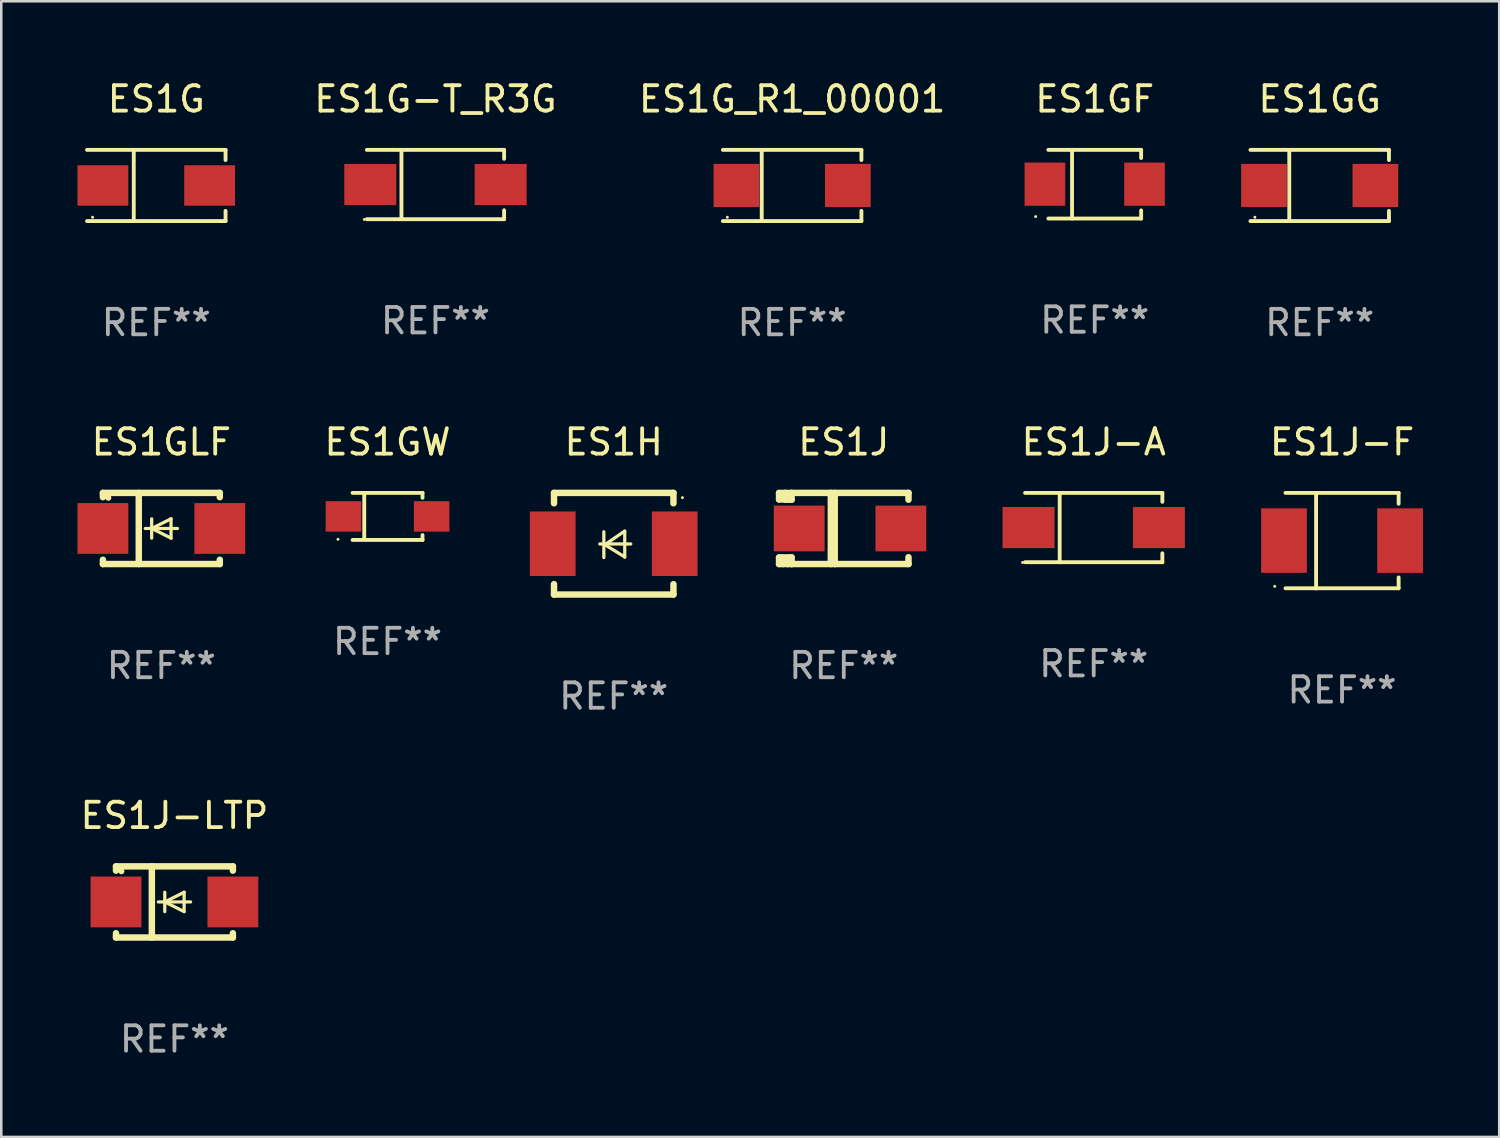
<source format=kicad_pcb>
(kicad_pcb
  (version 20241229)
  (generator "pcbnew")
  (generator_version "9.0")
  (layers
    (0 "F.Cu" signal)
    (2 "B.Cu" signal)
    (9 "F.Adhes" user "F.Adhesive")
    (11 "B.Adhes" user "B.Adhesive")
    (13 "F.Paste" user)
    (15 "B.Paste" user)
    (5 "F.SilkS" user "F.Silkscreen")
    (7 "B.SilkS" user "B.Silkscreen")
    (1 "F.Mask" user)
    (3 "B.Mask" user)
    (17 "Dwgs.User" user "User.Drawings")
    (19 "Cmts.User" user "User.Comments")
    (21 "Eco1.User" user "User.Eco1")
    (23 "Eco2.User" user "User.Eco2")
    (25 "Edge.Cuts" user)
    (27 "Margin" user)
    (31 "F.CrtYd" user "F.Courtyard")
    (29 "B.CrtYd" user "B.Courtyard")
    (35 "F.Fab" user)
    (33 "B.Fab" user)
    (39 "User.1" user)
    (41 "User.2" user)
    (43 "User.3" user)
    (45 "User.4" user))
  (footprint "ES1J-A"
    (layer "F.Cu")
    (at 39.991 17.711)
    (property "Reference" "ES1J-A" (at 0 -3.364 0) (layer "F.SilkS") (effects (font (size 1 1) (thickness 0.15))))
    (attr through_hole)
    (fp_line (start -2.701 -1.364) (end 2.701 -1.364) (stroke (width 0.152) (type solid)) (layer "F.SilkS"))
    (fp_line (start -2.701 1.364) (end 2.701 1.364) (stroke (width 0.152) (type solid)) (layer "F.SilkS"))
    (fp_line (start -1.339 -1.364) (end -1.339 1.364) (stroke (width 0.152) (type solid)) (layer "F.SilkS"))
    (fp_line (start 2.701 -1.364) (end 2.701 -1.013) (stroke (width 0.152) (type solid)) (layer "F.SilkS"))
    (fp_line (start 2.701 1.364) (end 2.701 1.013) (stroke (width 0.152) (type solid)) (layer "F.SilkS"))
    (fp_circle (center -2.8 1.375) (end -2.77 1.375) (stroke (width 0.06) (type solid)) (fill no) (layer "F.SilkS"))
    (fp_text user "REF**" (at 0 5.364 0) (layer "F.Fab") (effects (font (size 1 1) (thickness 0.15))))
    (pad "1" smd rect (at -2.565 -0.000025) (size 2.046 1.62) (layers "F.Cu" "F.Mask" "F.Paste"))
    (pad "2" smd rect (at 2.565 -0.000025) (size 2.046 1.62) (layers "F.Cu" "F.Mask" "F.Paste")))
  (footprint "ES1GLF"
    (layer "F.Cu")
    (at 3.3 17.747)
    (property "Reference" "ES1GLF" (at 0 -3.4 0) (layer "F.SilkS") (effects (font (size 1 1) (thickness 0.15))))
    (attr through_hole)
    (fp_line (start -2.3 -1.4) (end -2.3 -1.231) (stroke (width 0.254) (type solid)) (layer "F.SilkS"))
    (fp_line (start -2.3 -1.4) (end 2.3 -1.4) (stroke (width 0.254) (type solid)) (layer "F.SilkS"))
    (fp_line (start -2.3 1.231) (end -2.3 1.4) (stroke (width 0.254) (type solid)) (layer "F.SilkS"))
    (fp_line (start -2.3 1.4) (end 2.3 1.4) (stroke (width 0.254) (type solid)) (layer "F.SilkS"))
    (fp_line (start -0.889 1.4) (end -0.889 -1.4) (stroke (width 0.254) (type solid)) (layer "F.SilkS"))
    (fp_line (start -0.381 0) (end -0.381 -0.381) (stroke (width 0.127) (type solid)) (layer "F.SilkS"))
    (fp_line (start -0.381 0) (end -0.381 0.381) (stroke (width 0.127) (type solid)) (layer "F.SilkS"))
    (fp_line (start 0.381 -0.381) (end -0.381 0) (stroke (width 0.127) (type solid)) (layer "F.SilkS"))
    (fp_line (start 0.381 0) (end 0.381 -0.381) (stroke (width 0.127) (type solid)) (layer "F.SilkS"))
    (fp_line (start 0.381 0) (end 0.381 0.381) (stroke (width 0.127) (type solid)) (layer "F.SilkS"))
    (fp_line (start 0.381 0.381) (end -0.381 0) (stroke (width 0.127) (type solid)) (layer "F.SilkS"))
    (fp_line (start 0.635 0) (end -0.635 0) (stroke (width 0.127) (type solid)) (layer "F.SilkS"))
    (fp_line (start 2.3 -1.4) (end 2.3 -1.231) (stroke (width 0.254) (type solid)) (layer "F.SilkS"))
    (fp_line (start 2.3 1.231) (end 2.3 1.4) (stroke (width 0.254) (type solid)) (layer "F.SilkS"))
    (fp_circle (center -2.088 -1.208) (end -2.028 -1.208) (stroke (width 0.12) (type solid)) (fill no) (layer "F.SilkS"))
    (fp_text user "REF**" (at 0 5.4 0) (layer "F.Fab") (effects (font (size 1 1) (thickness 0.15))))
    (pad "1" smd rect (at -2.3 0 180) (size 2 2) (layers "F.Cu" "F.Mask" "F.Paste"))
    (pad "2" smd rect (at 2.3 0 180) (size 2 2) (layers "F.Cu" "F.Mask" "F.Paste")))
  (footprint "ES1GW"
    (layer "F.Cu")
    (at 12.201 17.273)
    (property "Reference" "ES1GW" (at 0 -2.926 0) (layer "F.SilkS") (effects (font (size 1 1) (thickness 0.15))))
    (attr through_hole)
    (fp_line (start -1.376 -0.926) (end 1.376 -0.926) (stroke (width 0.152) (type solid)) (layer "F.SilkS"))
    (fp_line (start -1.376 0.926) (end 1.376 0.926) (stroke (width 0.152) (type solid)) (layer "F.SilkS"))
    (fp_line (start -0.917 -0.876) (end -0.917 0.876) (stroke (width 0.152) (type solid)) (layer "F.SilkS"))
    (fp_line (start 1.376 -0.926) (end 1.376 -0.733) (stroke (width 0.152) (type solid)) (layer "F.SilkS"))
    (fp_line (start 1.376 0.926) (end 1.376 0.733) (stroke (width 0.152) (type solid)) (layer "F.SilkS"))
    (fp_circle (center -1.95 0.9) (end -1.92 0.9) (stroke (width 0.06) (type solid)) (fill no) (layer "F.SilkS"))
    (fp_text user "REF**" (at 0 4.926 0) (layer "F.Fab") (effects (font (size 1 1) (thickness 0.15))))
    (pad "1" smd rect (at -1.735 0) (size 1.4 1.2) (layers "F.Cu" "F.Mask" "F.Paste"))
    (pad "2" smd rect (at 1.735 0) (size 1.4 1.2) (layers "F.Cu" "F.Mask" "F.Paste")))
  (footprint "ES1J"
    (layer "F.Cu")
    (at 30.155 17.747)
    (property "Reference" "ES1J" (at 0 -3.4 0) (layer "F.SilkS") (effects (font (size 1 1) (thickness 0.15))))
    (attr through_hole)
    (fp_line (start -2.547 -1.397) (end -2.293 -1.397) (stroke (width 0.254) (type solid)) (layer "F.SilkS"))
    (fp_line (start -2.547 -1.143) (end -2.547 -1.397) (stroke (width 0.254) (type solid)) (layer "F.SilkS"))
    (fp_line (start -2.547 1.143) (end -2.053 1.143) (stroke (width 0.254) (type solid)) (layer "F.SilkS"))
    (fp_line (start -2.547 1.4) (end -2.547 1.143) (stroke (width 0.254) (type solid)) (layer "F.SilkS"))
    (fp_line (start -2.393 1.4) (end -2.393 1.143) (stroke (width 0.254) (type solid)) (layer "F.SilkS"))
    (fp_line (start -2.293 -1.397) (end -2.293 -1.143) (stroke (width 0.254) (type solid)) (layer "F.SilkS"))
    (fp_line (start -2.293 -1.397) (end -2.053 -1.397) (stroke (width 0.254) (type solid)) (layer "F.SilkS"))
    (fp_line (start -2.293 -1.143) (end -2.547 -1.143) (stroke (width 0.254) (type solid)) (layer "F.SilkS"))
    (fp_line (start -2.207 1.4) (end -2.207 1.143) (stroke (width 0.254) (type solid)) (layer "F.SilkS"))
    (fp_line (start -2.053 -1.4) (end -2.053 -1.131) (stroke (width 0.254) (type solid)) (layer "F.SilkS"))
    (fp_line (start -2.053 -1.4) (end 2.547 -1.4) (stroke (width 0.254) (type solid)) (layer "F.SilkS"))
    (fp_line (start -2.053 -1.131) (end -2.293 -1.131) (stroke (width 0.254) (type solid)) (layer "F.SilkS"))
    (fp_line (start -2.053 1.131) (end -2.053 1.4) (stroke (width 0.254) (type solid)) (layer "F.SilkS"))
    (fp_line (start -2.053 1.4) (end -2.547 1.4) (stroke (width 0.254) (type solid)) (layer "F.SilkS"))
    (fp_line (start -2.053 1.4) (end 2.547 1.4) (stroke (width 0.254) (type solid)) (layer "F.SilkS"))
    (fp_line (start -0.509 1.4) (end -0.509 -1.4) (stroke (width 0.254) (type solid)) (layer "F.SilkS"))
    (fp_line (start -0.356 -1.4) (end -0.356 1.4) (stroke (width 0.254) (type solid)) (layer "F.SilkS"))
    (fp_line (start 2.547 -1.4) (end 2.547 -1.131) (stroke (width 0.254) (type solid)) (layer "F.SilkS"))
    (fp_line (start 2.547 1.131) (end 2.547 1.4) (stroke (width 0.254) (type solid)) (layer "F.SilkS"))
    (fp_circle (center -2.219 1.358) (end -2.19 1.358) (stroke (width 0.06) (type solid)) (fill no) (layer "F.SilkS"))
    (fp_text user "REF**" (at 0 5.4 0) (layer "F.Fab") (effects (font (size 1 1) (thickness 0.15))))
    (pad "1" smd rect (at -1.753 0.000127) (size 2 1.8) (layers "F.Cu" "F.Mask" "F.Paste"))
    (pad "2" smd rect (at 2.247 0.000127) (size 2 1.8) (layers "F.Cu" "F.Mask" "F.Paste")))
  (footprint "ES1GG"
    (layer "F.Cu")
    (at 48.884 4.249)
    (property "Reference" "ES1GG" (at 0 -3.401 0) (layer "F.SilkS") (effects (font (size 1 1) (thickness 0.15))))
    (attr through_hole)
    (fp_line (start -2.726 -1.401) (end 2.726 -1.401) (stroke (width 0.152) (type solid)) (layer "F.SilkS"))
    (fp_line (start -2.726 1.401) (end 2.726 1.401) (stroke (width 0.152) (type solid)) (layer "F.SilkS"))
    (fp_line (start -1.197 -1.401) (end -1.197 1.401) (stroke (width 0.152) (type solid)) (layer "F.SilkS"))
    (fp_line (start 2.726 -1.401) (end 2.726 -1) (stroke (width 0.152) (type solid)) (layer "F.SilkS"))
    (fp_line (start 2.726 1.401) (end 2.726 1) (stroke (width 0.152) (type solid)) (layer "F.SilkS"))
    (fp_circle (center -2.55 1.25) (end -2.52 1.25) (stroke (width 0.06) (type solid)) (fill no) (layer "F.SilkS"))
    (fp_text user "REF**" (at 0 5.401 0) (layer "F.Fab") (effects (font (size 1 1) (thickness 0.15))))
    (pad "1" smd rect (at -2.192 0) (size 1.8 1.7) (layers "F.Cu" "F.Mask" "F.Paste"))
    (pad "2" smd rect (at 2.192 0) (size 1.8 1.7) (layers "F.Cu" "F.Mask" "F.Paste")))
  (footprint "ES1G-T_R3G"
    (layer "F.Cu")
    (at 14.087 4.212)
    (property "Reference" "ES1G-T_R3G" (at 0 -3.364 0) (layer "F.SilkS") (effects (font (size 1 1) (thickness 0.15))))
    (attr through_hole)
    (fp_line (start -2.701 -1.364) (end 2.701 -1.364) (stroke (width 0.152) (type solid)) (layer "F.SilkS"))
    (fp_line (start -2.701 1.364) (end 2.701 1.364) (stroke (width 0.152) (type solid)) (layer "F.SilkS"))
    (fp_line (start -1.339 -1.364) (end -1.339 1.364) (stroke (width 0.152) (type solid)) (layer "F.SilkS"))
    (fp_line (start 2.701 -1.364) (end 2.701 -1.013) (stroke (width 0.152) (type solid)) (layer "F.SilkS"))
    (fp_line (start 2.701 1.364) (end 2.701 1.013) (stroke (width 0.152) (type solid)) (layer "F.SilkS"))
    (fp_circle (center -2.8 1.375) (end -2.77 1.375) (stroke (width 0.06) (type solid)) (fill no) (layer "F.SilkS"))
    (fp_text user "REF**" (at 0 5.364 0) (layer "F.Fab") (effects (font (size 1 1) (thickness 0.15))))
    (pad "1" smd rect (at -2.565 -0.000025) (size 2.046 1.62) (layers "F.Cu" "F.Mask" "F.Paste"))
    (pad "2" smd rect (at 2.565 -0.000025) (size 2.046 1.62) (layers "F.Cu" "F.Mask" "F.Paste")))
  (footprint "ES1J-LTP"
    (layer "F.Cu")
    (at 3.815 32.444)
    (property "Reference" "ES1J-LTP" (at 0 -3.4 0) (layer "F.SilkS") (effects (font (size 1 1) (thickness 0.15))))
    (attr through_hole)
    (fp_line (start -2.3 -1.4) (end -2.3 -1.231) (stroke (width 0.254) (type solid)) (layer "F.SilkS"))
    (fp_line (start -2.3 -1.4) (end 2.3 -1.4) (stroke (width 0.254) (type solid)) (layer "F.SilkS"))
    (fp_line (start -2.3 1.231) (end -2.3 1.4) (stroke (width 0.254) (type solid)) (layer "F.SilkS"))
    (fp_line (start -2.3 1.4) (end 2.3 1.4) (stroke (width 0.254) (type solid)) (layer "F.SilkS"))
    (fp_line (start -0.889 1.4) (end -0.889 -1.4) (stroke (width 0.254) (type solid)) (layer "F.SilkS"))
    (fp_line (start -0.381 0) (end -0.381 -0.381) (stroke (width 0.127) (type solid)) (layer "F.SilkS"))
    (fp_line (start -0.381 0) (end -0.381 0.381) (stroke (width 0.127) (type solid)) (layer "F.SilkS"))
    (fp_line (start 0.381 -0.381) (end -0.381 0) (stroke (width 0.127) (type solid)) (layer "F.SilkS"))
    (fp_line (start 0.381 0) (end 0.381 -0.381) (stroke (width 0.127) (type solid)) (layer "F.SilkS"))
    (fp_line (start 0.381 0) (end 0.381 0.381) (stroke (width 0.127) (type solid)) (layer "F.SilkS"))
    (fp_line (start 0.381 0.381) (end -0.381 0) (stroke (width 0.127) (type solid)) (layer "F.SilkS"))
    (fp_line (start 0.635 0) (end -0.635 0) (stroke (width 0.127) (type solid)) (layer "F.SilkS"))
    (fp_line (start 2.3 -1.4) (end 2.3 -1.231) (stroke (width 0.254) (type solid)) (layer "F.SilkS"))
    (fp_line (start 2.3 1.231) (end 2.3 1.4) (stroke (width 0.254) (type solid)) (layer "F.SilkS"))
    (fp_circle (center -2.088 -1.208) (end -2.028 -1.208) (stroke (width 0.12) (type solid)) (fill no) (layer "F.SilkS"))
    (fp_text user "REF**" (at 0 5.4 0) (layer "F.Fab") (effects (font (size 1 1) (thickness 0.15))))
    (pad "1" smd rect (at -2.3 0 180) (size 2 2) (layers "F.Cu" "F.Mask" "F.Paste"))
    (pad "2" smd rect (at 2.3 0 180) (size 2 2) (layers "F.Cu" "F.Mask" "F.Paste")))
  (footprint "ES1H"
    (layer "F.Cu")
    (at 21.102 18.347)
    (property "Reference" "ES1H" (at 0 -4 0) (layer "F.SilkS") (effects (font (size 1 1) (thickness 0.15))))
    (attr through_hole)
    (fp_line (start -2.35 -2) (end -2.35 -1.591) (stroke (width 0.254) (type solid)) (layer "F.SilkS"))
    (fp_line (start -2.35 -2) (end 2.35 -2) (stroke (width 0.254) (type solid)) (layer "F.SilkS"))
    (fp_line (start -2.35 1.591) (end -2.35 2) (stroke (width 0.254) (type solid)) (layer "F.SilkS"))
    (fp_line (start -2.35 2) (end 2.35 2) (stroke (width 0.254) (type solid)) (layer "F.SilkS"))
    (fp_line (start -0.548 0.01) (end 0.671 0.01) (stroke (width 0.127) (type solid)) (layer "F.SilkS"))
    (fp_line (start -0.389 -0.47) (end -0.389 0.546) (stroke (width 0.127) (type solid)) (layer "F.SilkS"))
    (fp_line (start -0.35 0.04) (end 0.433 0.52) (stroke (width 0.127) (type solid)) (layer "F.SilkS"))
    (fp_line (start 0.433 -0.5) (end -0.35 0.04) (stroke (width 0.127) (type solid)) (layer "F.SilkS"))
    (fp_line (start 0.433 0.53) (end 0.433 -0.486) (stroke (width 0.127) (type solid)) (layer "F.SilkS"))
    (fp_line (start 2.35 -2) (end 2.35 -1.591) (stroke (width 0.254) (type solid)) (layer "F.SilkS"))
    (fp_line (start 2.35 1.591) (end 2.35 2) (stroke (width 0.254) (type solid)) (layer "F.SilkS"))
    (fp_circle (center 2.704 -1.813) (end 2.734 -1.813) (stroke (width 0.06) (type solid)) (fill no) (layer "F.SilkS"))
    (fp_text user "REF**" (at 0 6 0) (layer "F.Fab") (effects (font (size 1 1) (thickness 0.15))))
    (pad "1" smd rect (at 2.4 0) (size 1.8 2.54) (layers "F.Cu" "F.Mask" "F.Paste"))
    (pad "2" smd rect (at -2.4 0) (size 1.8 2.54) (layers "F.Cu" "F.Mask" "F.Paste")))
  (footprint "ES1GF"
    (layer "F.Cu")
    (at 40.031 4.199)
    (property "Reference" "ES1GF" (at 0 -3.351 0) (layer "F.SilkS") (effects (font (size 1 1) (thickness 0.15))))
    (attr through_hole)
    (fp_line (start -1.826 -1.351) (end 1.826 -1.351) (stroke (width 0.152) (type solid)) (layer "F.SilkS"))
    (fp_line (start -1.826 1.351) (end 1.826 1.351) (stroke (width 0.152) (type solid)) (layer "F.SilkS"))
    (fp_line (start -0.892 -1.351) (end -0.892 1.351) (stroke (width 0.152) (type solid)) (layer "F.SilkS"))
    (fp_line (start 1.826 -1.351) (end 1.826 -1.03) (stroke (width 0.152) (type solid)) (layer "F.SilkS"))
    (fp_line (start 1.826 1.03) (end 1.826 1.351) (stroke (width 0.152) (type solid)) (layer "F.SilkS"))
    (fp_circle (center -2.325 1.275) (end -2.295 1.275) (stroke (width 0.06) (type solid)) (fill no) (layer "F.SilkS"))
    (fp_text user "REF**" (at 0 5.351 0) (layer "F.Fab") (effects (font (size 1 1) (thickness 0.15))))
    (pad "1" smd rect (at -1.96 0 180) (size 1.6 1.7) (layers "F.Cu" "F.Mask" "F.Paste"))
    (pad "2" smd rect (at 1.96 0 180) (size 1.6 1.7) (layers "F.Cu" "F.Mask" "F.Paste")))
  (footprint "ES1J-F"
    (layer "F.Cu")
    (at 49.764 18.227)
    (property "Reference" "ES1J-F" (at 0 -3.88 0) (layer "F.SilkS") (effects (font (size 1 1) (thickness 0.15))))
    (attr through_hole)
    (fp_line (start -2.226 -1.88) (end 2.226 -1.88) (stroke (width 0.152) (type solid)) (layer "F.SilkS"))
    (fp_line (start -2.226 1.873) (end 2.226 1.873) (stroke (width 0.152) (type solid)) (layer "F.SilkS"))
    (fp_line (start -1.022 -1.873) (end -1.022 1.88) (stroke (width 0.152) (type solid)) (layer "F.SilkS"))
    (fp_line (start 2.226 -1.88) (end 2.226 -1.453) (stroke (width 0.152) (type solid)) (layer "F.SilkS"))
    (fp_line (start 2.226 1.447) (end 2.226 1.873) (stroke (width 0.152) (type solid)) (layer "F.SilkS"))
    (fp_circle (center -2.65 1.797) (end -2.62 1.797) (stroke (width 0.06) (type solid)) (fill no) (layer "F.SilkS"))
    (fp_text user "REF**" (at 0 5.88 0) (layer "F.Fab") (effects (font (size 1 1) (thickness 0.15))))
    (pad "1" smd rect (at -2.285 -0.003) (size 1.8 2.54) (layers "F.Cu" "F.Mask" "F.Paste"))
    (pad "2" smd rect (at 2.285 -0.003) (size 1.8 2.54) (layers "F.Cu" "F.Mask" "F.Paste")))
  (footprint "ES1G"
    (layer "F.Cu")
    (at 3.1 4.249)
    (property "Reference" "ES1G" (at 0 -3.401 0) (layer "F.SilkS") (effects (font (size 1 1) (thickness 0.15))))
    (attr through_hole)
    (fp_line (start -2.726 -1.401) (end 2.726 -1.401) (stroke (width 0.152) (type solid)) (layer "F.SilkS"))
    (fp_line (start -2.726 1.401) (end 2.726 1.401) (stroke (width 0.152) (type solid)) (layer "F.SilkS"))
    (fp_line (start -0.886 -1.401) (end -0.886 1.401) (stroke (width 0.152) (type solid)) (layer "F.SilkS"))
    (fp_line (start 2.726 -1.401) (end 2.726 -1) (stroke (width 0.152) (type solid)) (layer "F.SilkS"))
    (fp_line (start 2.726 1.401) (end 2.726 1) (stroke (width 0.152) (type solid)) (layer "F.SilkS"))
    (fp_circle (center -2.507 1.25) (end -2.477 1.25) (stroke (width 0.06) (type solid)) (fill no) (layer "F.SilkS"))
    (fp_text user "REF**" (at 0 5.401 0) (layer "F.Fab") (effects (font (size 1 1) (thickness 0.15))))
    (pad "1" smd rect (at -2.1 0 180) (size 2 1.593) (layers "F.Cu" "F.Mask" "F.Paste"))
    (pad "2" smd rect (at 2.1 0 180) (size 2 1.593) (layers "F.Cu" "F.Mask" "F.Paste")))
  (footprint "ES1G_R1_00001"
    (layer "F.Cu")
    (at 28.123 4.249)
    (property "Reference" "ES1G_R1_00001" (at 0 -3.401 0) (layer "F.SilkS") (effects (font (size 1 1) (thickness 0.15))))
    (attr through_hole)
    (fp_line (start -2.726 -1.401) (end 2.726 -1.401) (stroke (width 0.152) (type solid)) (layer "F.SilkS"))
    (fp_line (start -2.726 1.401) (end 2.726 1.401) (stroke (width 0.152) (type solid)) (layer "F.SilkS"))
    (fp_line (start -1.197 -1.401) (end -1.197 1.401) (stroke (width 0.152) (type solid)) (layer "F.SilkS"))
    (fp_line (start 2.726 -1.401) (end 2.726 -1) (stroke (width 0.152) (type solid)) (layer "F.SilkS"))
    (fp_line (start 2.726 1.401) (end 2.726 1) (stroke (width 0.152) (type solid)) (layer "F.SilkS"))
    (fp_circle (center -2.55 1.25) (end -2.52 1.25) (stroke (width 0.06) (type solid)) (fill no) (layer "F.SilkS"))
    (fp_text user "REF**" (at 0 5.401 0) (layer "F.Fab") (effects (font (size 1 1) (thickness 0.15))))
    (pad "1" smd rect (at -2.192 0) (size 1.8 1.7) (layers "F.Cu" "F.Mask" "F.Paste"))
    (pad "2" smd rect (at 2.192 0) (size 1.8 1.7) (layers "F.Cu" "F.Mask" "F.Paste")))
  (gr_rect
    (start -3 -3)
    (end 55.949 41.692)
    (stroke (width 0.1) (type default))
    (fill no)
    (layer "Edge.Cuts")))
</source>
